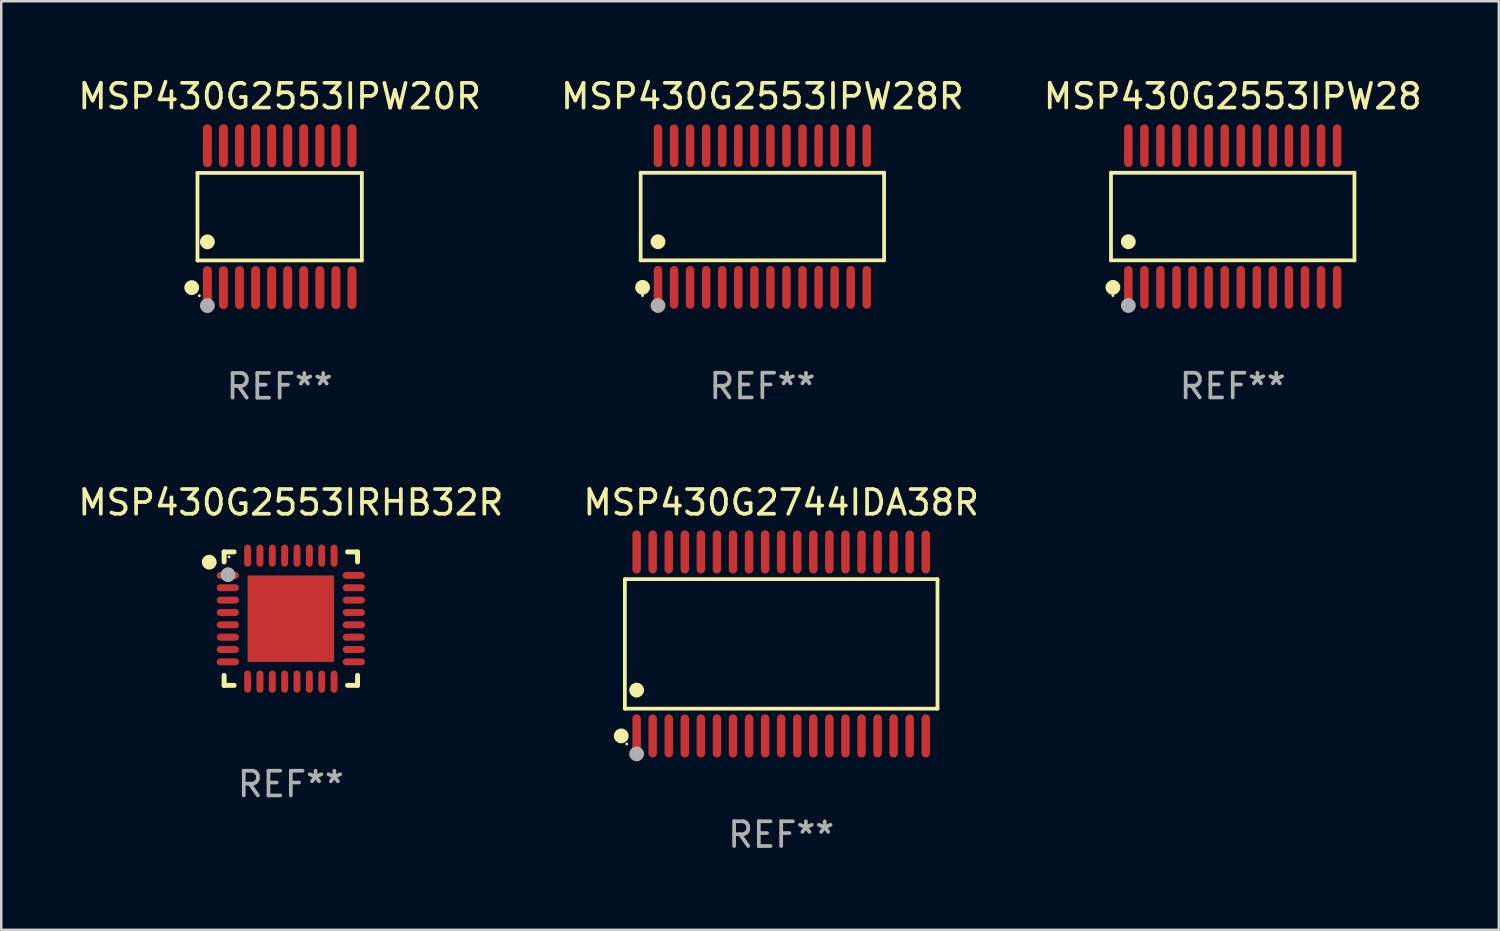
<source format=kicad_pcb>
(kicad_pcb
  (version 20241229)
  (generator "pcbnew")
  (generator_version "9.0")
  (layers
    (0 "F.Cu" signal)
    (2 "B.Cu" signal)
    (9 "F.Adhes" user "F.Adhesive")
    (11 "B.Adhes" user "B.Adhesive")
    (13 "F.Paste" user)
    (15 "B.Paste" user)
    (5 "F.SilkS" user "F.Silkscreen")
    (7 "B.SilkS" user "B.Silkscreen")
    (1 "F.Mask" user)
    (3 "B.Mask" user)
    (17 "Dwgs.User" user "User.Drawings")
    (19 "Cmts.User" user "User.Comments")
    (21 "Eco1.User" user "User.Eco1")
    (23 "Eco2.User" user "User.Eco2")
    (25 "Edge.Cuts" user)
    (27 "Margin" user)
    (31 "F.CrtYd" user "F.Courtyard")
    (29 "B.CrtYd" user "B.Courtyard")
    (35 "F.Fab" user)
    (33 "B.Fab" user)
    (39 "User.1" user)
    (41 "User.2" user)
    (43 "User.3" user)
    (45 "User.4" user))
  (footprint "MSP430G2553IPW20R"
    (layer "F.Cu")
    (at 8.268 5.719)
    (property "Reference" "MSP430G2553IPW20R" (at 0 -4.871 0) (layer "F.SilkS") (effects (font (size 1 1) (thickness 0.15))))
    (attr through_hole)
    (fp_line (start -3.326 -1.771) (end 3.326 -1.771) (stroke (width 0.152) (type solid)) (layer "F.SilkS"))
    (fp_line (start -3.326 1.771) (end -3.326 -1.771) (stroke (width 0.152) (type solid)) (layer "F.SilkS"))
    (fp_line (start 3.326 -1.771) (end 3.326 1.771) (stroke (width 0.152) (type solid)) (layer "F.SilkS"))
    (fp_line (start 3.326 1.771) (end -3.326 1.771) (stroke (width 0.152) (type solid)) (layer "F.SilkS"))
    (fp_circle (center -3.559 2.871) (end -3.409 2.871) (stroke (width 0.3) (type solid)) (fill no) (layer "F.SilkS"))
    (fp_circle (center -3.25 3.2) (end -3.22 3.2) (stroke (width 0.06) (type solid)) (fill no) (layer "F.SilkS"))
    (fp_circle (center -2.925 1.019) (end -2.775 1.019) (stroke (width 0.3) (type solid)) (fill no) (layer "F.SilkS"))
    (fp_circle (center -2.925 3.6) (end -2.775 3.6) (stroke (width 0.3) (type solid)) (fill no) (layer "F.Fab"))
    (fp_text user "REF**" (at 0 6.871 0) (layer "F.Fab") (effects (font (size 1 1) (thickness 0.15))))
    (pad "1" smd oval (at -2.925 2.871) (size 0.364 1.742) (layers "F.Cu" "F.Mask" "F.Paste"))
    (pad "2" smd oval (at -2.275 2.871) (size 0.364 1.742) (layers "F.Cu" "F.Mask" "F.Paste"))
    (pad "3" smd oval (at -1.625 2.871) (size 0.364 1.742) (layers "F.Cu" "F.Mask" "F.Paste"))
    (pad "4" smd oval (at -0.975 2.871) (size 0.364 1.742) (layers "F.Cu" "F.Mask" "F.Paste"))
    (pad "5" smd oval (at -0.325 2.871) (size 0.364 1.742) (layers "F.Cu" "F.Mask" "F.Paste"))
    (pad "6" smd oval (at 0.325 2.871) (size 0.364 1.742) (layers "F.Cu" "F.Mask" "F.Paste"))
    (pad "7" smd oval (at 0.975 2.871) (size 0.364 1.742) (layers "F.Cu" "F.Mask" "F.Paste"))
    (pad "8" smd oval (at 1.625 2.871) (size 0.364 1.742) (layers "F.Cu" "F.Mask" "F.Paste"))
    (pad "9" smd oval (at 2.275 2.871) (size 0.364 1.742) (layers "F.Cu" "F.Mask" "F.Paste"))
    (pad "10" smd oval (at 2.925 2.871) (size 0.364 1.742) (layers "F.Cu" "F.Mask" "F.Paste"))
    (pad "11" smd oval (at 2.925 -2.871) (size 0.364 1.742) (layers "F.Cu" "F.Mask" "F.Paste"))
    (pad "12" smd oval (at 2.275 -2.871) (size 0.364 1.742) (layers "F.Cu" "F.Mask" "F.Paste"))
    (pad "13" smd oval (at 1.625 -2.871) (size 0.364 1.742) (layers "F.Cu" "F.Mask" "F.Paste"))
    (pad "14" smd oval (at 0.975 -2.871) (size 0.364 1.742) (layers "F.Cu" "F.Mask" "F.Paste"))
    (pad "15" smd oval (at 0.325 -2.871) (size 0.364 1.742) (layers "F.Cu" "F.Mask" "F.Paste"))
    (pad "16" smd oval (at -0.325 -2.871) (size 0.364 1.742) (layers "F.Cu" "F.Mask" "F.Paste"))
    (pad "17" smd oval (at -0.975 -2.871) (size 0.364 1.742) (layers "F.Cu" "F.Mask" "F.Paste"))
    (pad "18" smd oval (at -1.625 -2.871) (size 0.364 1.742) (layers "F.Cu" "F.Mask" "F.Paste"))
    (pad "19" smd oval (at -2.275 -2.871) (size 0.364 1.742) (layers "F.Cu" "F.Mask" "F.Paste"))
    (pad "20" smd oval (at -2.925 -2.871) (size 0.364 1.742) (layers "F.Cu" "F.Mask" "F.Paste")))
  (footprint "MSP430G2553IRHB32R"
    (layer "F.Cu")
    (at 8.72 21.987)
    (property "Reference" "MSP430G2553IRHB32R" (at 0 -4.7 0) (layer "F.SilkS") (effects (font (size 1 1) (thickness 0.15))))
    (attr through_hole)
    (fp_line (start -2.7 -2.7) (end -2.295 -2.7) (stroke (width 0.2) (type solid)) (layer "F.SilkS"))
    (fp_line (start -2.7 -2.295) (end -2.7 -2.7) (stroke (width 0.2) (type solid)) (layer "F.SilkS"))
    (fp_line (start -2.7 2.295) (end -2.7 2.7) (stroke (width 0.2) (type solid)) (layer "F.SilkS"))
    (fp_line (start -2.7 2.7) (end -2.295 2.7) (stroke (width 0.2) (type solid)) (layer "F.SilkS"))
    (fp_line (start 2.295 -2.7) (end 2.7 -2.7) (stroke (width 0.2) (type solid)) (layer "F.SilkS"))
    (fp_line (start 2.295 2.7) (end 2.7 2.7) (stroke (width 0.2) (type solid)) (layer "F.SilkS"))
    (fp_line (start 2.7 -2.7) (end 2.7 -2.295) (stroke (width 0.2) (type solid)) (layer "F.SilkS"))
    (fp_line (start 2.7 2.7) (end 2.7 2.295) (stroke (width 0.2) (type solid)) (layer "F.SilkS"))
    (fp_circle (center -3.302 -2.286) (end -3.152 -2.286) (stroke (width 0.3) (type solid)) (fill no) (layer "F.SilkS"))
    (fp_circle (center -2.5 -2.5) (end -2.47 -2.5) (stroke (width 0.06) (type solid)) (fill no) (layer "F.SilkS"))
    (fp_circle (center -2.54 -1.778) (end -2.39 -1.778) (stroke (width 0.3) (type solid)) (fill no) (layer "F.Fab"))
    (fp_text user "REF**" (at 0 6.7 0) (layer "F.Fab") (effects (font (size 1 1) (thickness 0.15))))
    (pad "1" smd oval (at -2.55 -1.75 90) (size 0.28 0.9) (layers "F.Cu" "F.Mask" "F.Paste"))
    (pad "2" smd oval (at -2.55 -1.25 90) (size 0.28 0.9) (layers "F.Cu" "F.Mask" "F.Paste"))
    (pad "3" smd oval (at -2.55 -0.75 90) (size 0.28 0.9) (layers "F.Cu" "F.Mask" "F.Paste"))
    (pad "4" smd oval (at -2.55 -0.25 90) (size 0.28 0.9) (layers "F.Cu" "F.Mask" "F.Paste"))
    (pad "5" smd oval (at -2.55 0.25 90) (size 0.28 0.9) (layers "F.Cu" "F.Mask" "F.Paste"))
    (pad "6" smd oval (at -2.55 0.75 90) (size 0.28 0.9) (layers "F.Cu" "F.Mask" "F.Paste"))
    (pad "7" smd oval (at -2.55 1.25 90) (size 0.28 0.9) (layers "F.Cu" "F.Mask" "F.Paste"))
    (pad "8" smd oval (at -2.55 1.75 90) (size 0.28 0.9) (layers "F.Cu" "F.Mask" "F.Paste"))
    (pad "9" smd oval (at -1.75 2.55) (size 0.28 0.9) (layers "F.Cu" "F.Mask" "F.Paste"))
    (pad "10" smd oval (at -1.25 2.55) (size 0.28 0.9) (layers "F.Cu" "F.Mask" "F.Paste"))
    (pad "11" smd oval (at -0.75 2.55) (size 0.28 0.9) (layers "F.Cu" "F.Mask" "F.Paste"))
    (pad "12" smd oval (at -0.25 2.55) (size 0.28 0.9) (layers "F.Cu" "F.Mask" "F.Paste"))
    (pad "13" smd oval (at 0.25 2.55) (size 0.28 0.9) (layers "F.Cu" "F.Mask" "F.Paste"))
    (pad "14" smd oval (at 0.75 2.55) (size 0.28 0.9) (layers "F.Cu" "F.Mask" "F.Paste"))
    (pad "15" smd oval (at 1.25 2.55) (size 0.28 0.9) (layers "F.Cu" "F.Mask" "F.Paste"))
    (pad "16" smd oval (at 1.75 2.55) (size 0.28 0.9) (layers "F.Cu" "F.Mask" "F.Paste"))
    (pad "17" smd oval (at 2.55 1.75 90) (size 0.28 0.9) (layers "F.Cu" "F.Mask" "F.Paste"))
    (pad "18" smd oval (at 2.55 1.25 90) (size 0.28 0.9) (layers "F.Cu" "F.Mask" "F.Paste"))
    (pad "19" smd oval (at 2.55 0.75 90) (size 0.28 0.9) (layers "F.Cu" "F.Mask" "F.Paste"))
    (pad "20" smd oval (at 2.55 0.25 90) (size 0.28 0.9) (layers "F.Cu" "F.Mask" "F.Paste"))
    (pad "21" smd oval (at 2.55 -0.25 90) (size 0.28 0.9) (layers "F.Cu" "F.Mask" "F.Paste"))
    (pad "22" smd oval (at 2.55 -0.75 90) (size 0.28 0.9) (layers "F.Cu" "F.Mask" "F.Paste"))
    (pad "23" smd oval (at 2.55 -1.25 90) (size 0.28 0.9) (layers "F.Cu" "F.Mask" "F.Paste"))
    (pad "24" smd oval (at 2.55 -1.75 90) (size 0.28 0.9) (layers "F.Cu" "F.Mask" "F.Paste"))
    (pad "25" smd oval (at 1.75 -2.55) (size 0.28 0.9) (layers "F.Cu" "F.Mask" "F.Paste"))
    (pad "26" smd oval (at 1.25 -2.55) (size 0.28 0.9) (layers "F.Cu" "F.Mask" "F.Paste"))
    (pad "27" smd oval (at 0.75 -2.55) (size 0.28 0.9) (layers "F.Cu" "F.Mask" "F.Paste"))
    (pad "28" smd oval (at 0.25 -2.55) (size 0.28 0.9) (layers "F.Cu" "F.Mask" "F.Paste"))
    (pad "29" smd oval (at -0.25 -2.55) (size 0.28 0.9) (layers "F.Cu" "F.Mask" "F.Paste"))
    (pad "30" smd oval (at -0.75 -2.55) (size 0.28 0.9) (layers "F.Cu" "F.Mask" "F.Paste"))
    (pad "31" smd oval (at -1.25 -2.55) (size 0.28 0.9) (layers "F.Cu" "F.Mask" "F.Paste"))
    (pad "32" smd oval (at -1.75 -2.55) (size 0.28 0.9) (layers "F.Cu" "F.Mask" "F.Paste"))
    (pad "33" smd rect (at 0 0) (size 3.5 3.5) (layers "F.Cu" "F.Mask" "F.Paste")))
  (footprint "MSP430G2553IPW28R"
    (layer "F.Cu")
    (at 27.804 5.714)
    (property "Reference" "MSP430G2553IPW28R" (at 0 -4.866 0) (layer "F.SilkS") (effects (font (size 1 1) (thickness 0.15))))
    (attr through_hole)
    (fp_line (start -4.926 -1.772) (end 4.926 -1.772) (stroke (width 0.152) (type solid)) (layer "F.SilkS"))
    (fp_line (start -4.926 1.771) (end -4.926 -1.772) (stroke (width 0.152) (type solid)) (layer "F.SilkS"))
    (fp_line (start 4.926 -1.772) (end 4.926 1.771) (stroke (width 0.152) (type solid)) (layer "F.SilkS"))
    (fp_line (start 4.926 1.771) (end -4.926 1.771) (stroke (width 0.152) (type solid)) (layer "F.SilkS"))
    (fp_circle (center -4.85 3.2) (end -4.82 3.2) (stroke (width 0.06) (type solid)) (fill no) (layer "F.SilkS"))
    (fp_circle (center -4.849 2.866) (end -4.699 2.866) (stroke (width 0.3) (type solid)) (fill no) (layer "F.SilkS"))
    (fp_circle (center -4.225 1.019) (end -4.075 1.019) (stroke (width 0.3) (type solid)) (fill no) (layer "F.SilkS"))
    (fp_circle (center -4.225 3.6) (end -4.075 3.6) (stroke (width 0.3) (type solid)) (fill no) (layer "F.Fab"))
    (fp_text user "REF**" (at 0 6.866 0) (layer "F.Fab") (effects (font (size 1 1) (thickness 0.15))))
    (pad "1" smd oval (at -4.225 2.866) (size 0.343 1.731) (layers "F.Cu" "F.Mask" "F.Paste"))
    (pad "2" smd oval (at -3.575 2.866) (size 0.343 1.731) (layers "F.Cu" "F.Mask" "F.Paste"))
    (pad "3" smd oval (at -2.925 2.866) (size 0.343 1.731) (layers "F.Cu" "F.Mask" "F.Paste"))
    (pad "4" smd oval (at -2.275 2.866) (size 0.343 1.731) (layers "F.Cu" "F.Mask" "F.Paste"))
    (pad "5" smd oval (at -1.625 2.866) (size 0.343 1.731) (layers "F.Cu" "F.Mask" "F.Paste"))
    (pad "6" smd oval (at -0.975 2.866) (size 0.343 1.731) (layers "F.Cu" "F.Mask" "F.Paste"))
    (pad "7" smd oval (at -0.325 2.866) (size 0.343 1.731) (layers "F.Cu" "F.Mask" "F.Paste"))
    (pad "8" smd oval (at 0.325 2.866) (size 0.343 1.731) (layers "F.Cu" "F.Mask" "F.Paste"))
    (pad "9" smd oval (at 0.975 2.866) (size 0.343 1.731) (layers "F.Cu" "F.Mask" "F.Paste"))
    (pad "10" smd oval (at 1.625 2.866) (size 0.343 1.731) (layers "F.Cu" "F.Mask" "F.Paste"))
    (pad "11" smd oval (at 2.275 2.866) (size 0.343 1.731) (layers "F.Cu" "F.Mask" "F.Paste"))
    (pad "12" smd oval (at 2.925 2.866) (size 0.343 1.731) (layers "F.Cu" "F.Mask" "F.Paste"))
    (pad "13" smd oval (at 3.575 2.866) (size 0.343 1.731) (layers "F.Cu" "F.Mask" "F.Paste"))
    (pad "14" smd oval (at 4.225 2.866) (size 0.343 1.731) (layers "F.Cu" "F.Mask" "F.Paste"))
    (pad "15" smd oval (at 4.225 -2.866) (size 0.343 1.731) (layers "F.Cu" "F.Mask" "F.Paste"))
    (pad "16" smd oval (at 3.575 -2.866) (size 0.343 1.731) (layers "F.Cu" "F.Mask" "F.Paste"))
    (pad "17" smd oval (at 2.925 -2.866) (size 0.343 1.731) (layers "F.Cu" "F.Mask" "F.Paste"))
    (pad "18" smd oval (at 2.275 -2.866) (size 0.343 1.731) (layers "F.Cu" "F.Mask" "F.Paste"))
    (pad "19" smd oval (at 1.625 -2.866) (size 0.343 1.731) (layers "F.Cu" "F.Mask" "F.Paste"))
    (pad "20" smd oval (at 0.975 -2.866) (size 0.343 1.731) (layers "F.Cu" "F.Mask" "F.Paste"))
    (pad "21" smd oval (at 0.325 -2.866) (size 0.343 1.731) (layers "F.Cu" "F.Mask" "F.Paste"))
    (pad "22" smd oval (at -0.325 -2.866) (size 0.343 1.731) (layers "F.Cu" "F.Mask" "F.Paste"))
    (pad "23" smd oval (at -0.975 -2.866) (size 0.343 1.731) (layers "F.Cu" "F.Mask" "F.Paste"))
    (pad "24" smd oval (at -1.625 -2.866) (size 0.343 1.731) (layers "F.Cu" "F.Mask" "F.Paste"))
    (pad "25" smd oval (at -2.275 -2.866) (size 0.343 1.731) (layers "F.Cu" "F.Mask" "F.Paste"))
    (pad "26" smd oval (at -2.925 -2.866) (size 0.343 1.731) (layers "F.Cu" "F.Mask" "F.Paste"))
    (pad "27" smd oval (at -3.575 -2.866) (size 0.343 1.731) (layers "F.Cu" "F.Mask" "F.Paste"))
    (pad "28" smd oval (at -4.225 -2.866) (size 0.343 1.731) (layers "F.Cu" "F.Mask" "F.Paste")))
  (footprint "MSP430G2553IPW28"
    (layer "F.Cu")
    (at 46.839 5.714)
    (property "Reference" "MSP430G2553IPW28" (at 0 -4.866 0) (layer "F.SilkS") (effects (font (size 1 1) (thickness 0.15))))
    (attr through_hole)
    (fp_line (start -4.926 -1.772) (end 4.926 -1.772) (stroke (width 0.152) (type solid)) (layer "F.SilkS"))
    (fp_line (start -4.926 1.771) (end -4.926 -1.772) (stroke (width 0.152) (type solid)) (layer "F.SilkS"))
    (fp_line (start 4.926 -1.772) (end 4.926 1.771) (stroke (width 0.152) (type solid)) (layer "F.SilkS"))
    (fp_line (start 4.926 1.771) (end -4.926 1.771) (stroke (width 0.152) (type solid)) (layer "F.SilkS"))
    (fp_circle (center -4.85 3.2) (end -4.82 3.2) (stroke (width 0.06) (type solid)) (fill no) (layer "F.SilkS"))
    (fp_circle (center -4.849 2.866) (end -4.699 2.866) (stroke (width 0.3) (type solid)) (fill no) (layer "F.SilkS"))
    (fp_circle (center -4.225 1.019) (end -4.075 1.019) (stroke (width 0.3) (type solid)) (fill no) (layer "F.SilkS"))
    (fp_circle (center -4.225 3.6) (end -4.075 3.6) (stroke (width 0.3) (type solid)) (fill no) (layer "F.Fab"))
    (fp_text user "REF**" (at 0 6.866 0) (layer "F.Fab") (effects (font (size 1 1) (thickness 0.15))))
    (pad "1" smd oval (at -4.225 2.866) (size 0.343 1.731) (layers "F.Cu" "F.Mask" "F.Paste"))
    (pad "2" smd oval (at -3.575 2.866) (size 0.343 1.731) (layers "F.Cu" "F.Mask" "F.Paste"))
    (pad "3" smd oval (at -2.925 2.866) (size 0.343 1.731) (layers "F.Cu" "F.Mask" "F.Paste"))
    (pad "4" smd oval (at -2.275 2.866) (size 0.343 1.731) (layers "F.Cu" "F.Mask" "F.Paste"))
    (pad "5" smd oval (at -1.625 2.866) (size 0.343 1.731) (layers "F.Cu" "F.Mask" "F.Paste"))
    (pad "6" smd oval (at -0.975 2.866) (size 0.343 1.731) (layers "F.Cu" "F.Mask" "F.Paste"))
    (pad "7" smd oval (at -0.325 2.866) (size 0.343 1.731) (layers "F.Cu" "F.Mask" "F.Paste"))
    (pad "8" smd oval (at 0.325 2.866) (size 0.343 1.731) (layers "F.Cu" "F.Mask" "F.Paste"))
    (pad "9" smd oval (at 0.975 2.866) (size 0.343 1.731) (layers "F.Cu" "F.Mask" "F.Paste"))
    (pad "10" smd oval (at 1.625 2.866) (size 0.343 1.731) (layers "F.Cu" "F.Mask" "F.Paste"))
    (pad "11" smd oval (at 2.275 2.866) (size 0.343 1.731) (layers "F.Cu" "F.Mask" "F.Paste"))
    (pad "12" smd oval (at 2.925 2.866) (size 0.343 1.731) (layers "F.Cu" "F.Mask" "F.Paste"))
    (pad "13" smd oval (at 3.575 2.866) (size 0.343 1.731) (layers "F.Cu" "F.Mask" "F.Paste"))
    (pad "14" smd oval (at 4.225 2.866) (size 0.343 1.731) (layers "F.Cu" "F.Mask" "F.Paste"))
    (pad "15" smd oval (at 4.225 -2.866) (size 0.343 1.731) (layers "F.Cu" "F.Mask" "F.Paste"))
    (pad "16" smd oval (at 3.575 -2.866) (size 0.343 1.731) (layers "F.Cu" "F.Mask" "F.Paste"))
    (pad "17" smd oval (at 2.925 -2.866) (size 0.343 1.731) (layers "F.Cu" "F.Mask" "F.Paste"))
    (pad "18" smd oval (at 2.275 -2.866) (size 0.343 1.731) (layers "F.Cu" "F.Mask" "F.Paste"))
    (pad "19" smd oval (at 1.625 -2.866) (size 0.343 1.731) (layers "F.Cu" "F.Mask" "F.Paste"))
    (pad "20" smd oval (at 0.975 -2.866) (size 0.343 1.731) (layers "F.Cu" "F.Mask" "F.Paste"))
    (pad "21" smd oval (at 0.325 -2.866) (size 0.343 1.731) (layers "F.Cu" "F.Mask" "F.Paste"))
    (pad "22" smd oval (at -0.325 -2.866) (size 0.343 1.731) (layers "F.Cu" "F.Mask" "F.Paste"))
    (pad "23" smd oval (at -0.975 -2.866) (size 0.343 1.731) (layers "F.Cu" "F.Mask" "F.Paste"))
    (pad "24" smd oval (at -1.625 -2.866) (size 0.343 1.731) (layers "F.Cu" "F.Mask" "F.Paste"))
    (pad "25" smd oval (at -2.275 -2.866) (size 0.343 1.731) (layers "F.Cu" "F.Mask" "F.Paste"))
    (pad "26" smd oval (at -2.925 -2.866) (size 0.343 1.731) (layers "F.Cu" "F.Mask" "F.Paste"))
    (pad "27" smd oval (at -3.575 -2.866) (size 0.343 1.731) (layers "F.Cu" "F.Mask" "F.Paste"))
    (pad "28" smd oval (at -4.225 -2.866) (size 0.343 1.731) (layers "F.Cu" "F.Mask" "F.Paste")))
  (footprint "MSP430G2744IDA38R"
    (layer "F.Cu")
    (at 28.565 23.01)
    (property "Reference" "MSP430G2744IDA38R" (at 0 -5.723 0) (layer "F.SilkS") (effects (font (size 1 1) (thickness 0.15))))
    (attr through_hole)
    (fp_line (start -6.326 -2.622) (end 6.326 -2.622) (stroke (width 0.152) (type solid)) (layer "F.SilkS"))
    (fp_line (start -6.326 2.621) (end -6.326 -2.622) (stroke (width 0.152) (type solid)) (layer "F.SilkS"))
    (fp_line (start 6.326 -2.622) (end 6.326 2.621) (stroke (width 0.152) (type solid)) (layer "F.SilkS"))
    (fp_line (start 6.326 2.621) (end -6.326 2.621) (stroke (width 0.152) (type solid)) (layer "F.SilkS"))
    (fp_circle (center -6.474 3.723) (end -6.324 3.723) (stroke (width 0.3) (type solid)) (fill no) (layer "F.SilkS"))
    (fp_circle (center -6.25 4.05) (end -6.22 4.05) (stroke (width 0.06) (type solid)) (fill no) (layer "F.SilkS"))
    (fp_circle (center -5.85 1.869) (end -5.7 1.869) (stroke (width 0.3) (type solid)) (fill no) (layer "F.SilkS"))
    (fp_circle (center -5.85 4.45) (end -5.7 4.45) (stroke (width 0.3) (type solid)) (fill no) (layer "F.Fab"))
    (fp_text user "REF**" (at 0 7.723 0) (layer "F.Fab") (effects (font (size 1 1) (thickness 0.15))))
    (pad "1" smd oval (at -5.85 3.723) (size 0.343 1.747) (layers "F.Cu" "F.Mask" "F.Paste"))
    (pad "2" smd oval (at -5.2 3.723) (size 0.343 1.747) (layers "F.Cu" "F.Mask" "F.Paste"))
    (pad "3" smd oval (at -4.55 3.723) (size 0.343 1.747) (layers "F.Cu" "F.Mask" "F.Paste"))
    (pad "4" smd oval (at -3.9 3.723) (size 0.343 1.747) (layers "F.Cu" "F.Mask" "F.Paste"))
    (pad "5" smd oval (at -3.25 3.723) (size 0.343 1.747) (layers "F.Cu" "F.Mask" "F.Paste"))
    (pad "6" smd oval (at -2.6 3.723) (size 0.343 1.747) (layers "F.Cu" "F.Mask" "F.Paste"))
    (pad "7" smd oval (at -1.95 3.723) (size 0.343 1.747) (layers "F.Cu" "F.Mask" "F.Paste"))
    (pad "8" smd oval (at -1.3 3.723) (size 0.343 1.747) (layers "F.Cu" "F.Mask" "F.Paste"))
    (pad "9" smd oval (at -0.65 3.723) (size 0.343 1.747) (layers "F.Cu" "F.Mask" "F.Paste"))
    (pad "10" smd oval (at 0 3.723) (size 0.343 1.747) (layers "F.Cu" "F.Mask" "F.Paste"))
    (pad "11" smd oval (at 0.65 3.723) (size 0.343 1.747) (layers "F.Cu" "F.Mask" "F.Paste"))
    (pad "12" smd oval (at 1.3 3.723) (size 0.343 1.747) (layers "F.Cu" "F.Mask" "F.Paste"))
    (pad "13" smd oval (at 1.95 3.723) (size 0.343 1.747) (layers "F.Cu" "F.Mask" "F.Paste"))
    (pad "14" smd oval (at 2.6 3.723) (size 0.343 1.747) (layers "F.Cu" "F.Mask" "F.Paste"))
    (pad "15" smd oval (at 3.25 3.723) (size 0.343 1.747) (layers "F.Cu" "F.Mask" "F.Paste"))
    (pad "16" smd oval (at 3.9 3.723) (size 0.343 1.747) (layers "F.Cu" "F.Mask" "F.Paste"))
    (pad "17" smd oval (at 4.55 3.723) (size 0.343 1.747) (layers "F.Cu" "F.Mask" "F.Paste"))
    (pad "18" smd oval (at 5.2 3.723) (size 0.343 1.747) (layers "F.Cu" "F.Mask" "F.Paste"))
    (pad "19" smd oval (at 5.85 3.723) (size 0.343 1.747) (layers "F.Cu" "F.Mask" "F.Paste"))
    (pad "20" smd oval (at 5.85 -3.723) (size 0.343 1.747) (layers "F.Cu" "F.Mask" "F.Paste"))
    (pad "21" smd oval (at 5.2 -3.723) (size 0.343 1.747) (layers "F.Cu" "F.Mask" "F.Paste"))
    (pad "22" smd oval (at 4.55 -3.723) (size 0.343 1.747) (layers "F.Cu" "F.Mask" "F.Paste"))
    (pad "23" smd oval (at 3.9 -3.723) (size 0.343 1.747) (layers "F.Cu" "F.Mask" "F.Paste"))
    (pad "24" smd oval (at 3.25 -3.723) (size 0.343 1.747) (layers "F.Cu" "F.Mask" "F.Paste"))
    (pad "25" smd oval (at 2.6 -3.723) (size 0.343 1.747) (layers "F.Cu" "F.Mask" "F.Paste"))
    (pad "26" smd oval (at 1.95 -3.723) (size 0.343 1.747) (layers "F.Cu" "F.Mask" "F.Paste"))
    (pad "27" smd oval (at 1.3 -3.723) (size 0.343 1.747) (layers "F.Cu" "F.Mask" "F.Paste"))
    (pad "28" smd oval (at 0.65 -3.723) (size 0.343 1.747) (layers "F.Cu" "F.Mask" "F.Paste"))
    (pad "29" smd oval (at 0 -3.723) (size 0.343 1.747) (layers "F.Cu" "F.Mask" "F.Paste"))
    (pad "30" smd oval (at -0.65 -3.723) (size 0.343 1.747) (layers "F.Cu" "F.Mask" "F.Paste"))
    (pad "31" smd oval (at -1.3 -3.723) (size 0.343 1.747) (layers "F.Cu" "F.Mask" "F.Paste"))
    (pad "32" smd oval (at -1.95 -3.723) (size 0.343 1.747) (layers "F.Cu" "F.Mask" "F.Paste"))
    (pad "33" smd oval (at -2.6 -3.723) (size 0.343 1.747) (layers "F.Cu" "F.Mask" "F.Paste"))
    (pad "34" smd oval (at -3.25 -3.723) (size 0.343 1.747) (layers "F.Cu" "F.Mask" "F.Paste"))
    (pad "35" smd oval (at -3.9 -3.723) (size 0.343 1.747) (layers "F.Cu" "F.Mask" "F.Paste"))
    (pad "36" smd oval (at -4.55 -3.723) (size 0.343 1.747) (layers "F.Cu" "F.Mask" "F.Paste"))
    (pad "37" smd oval (at -5.2 -3.723) (size 0.343 1.747) (layers "F.Cu" "F.Mask" "F.Paste"))
    (pad "38" smd oval (at -5.85 -3.723) (size 0.343 1.747) (layers "F.Cu" "F.Mask" "F.Paste")))
  (gr_rect
    (start -3 -3)
    (end 57.607 34.581)
    (stroke (width 0.1) (type default))
    (fill no)
    (layer "Edge.Cuts")))
</source>
